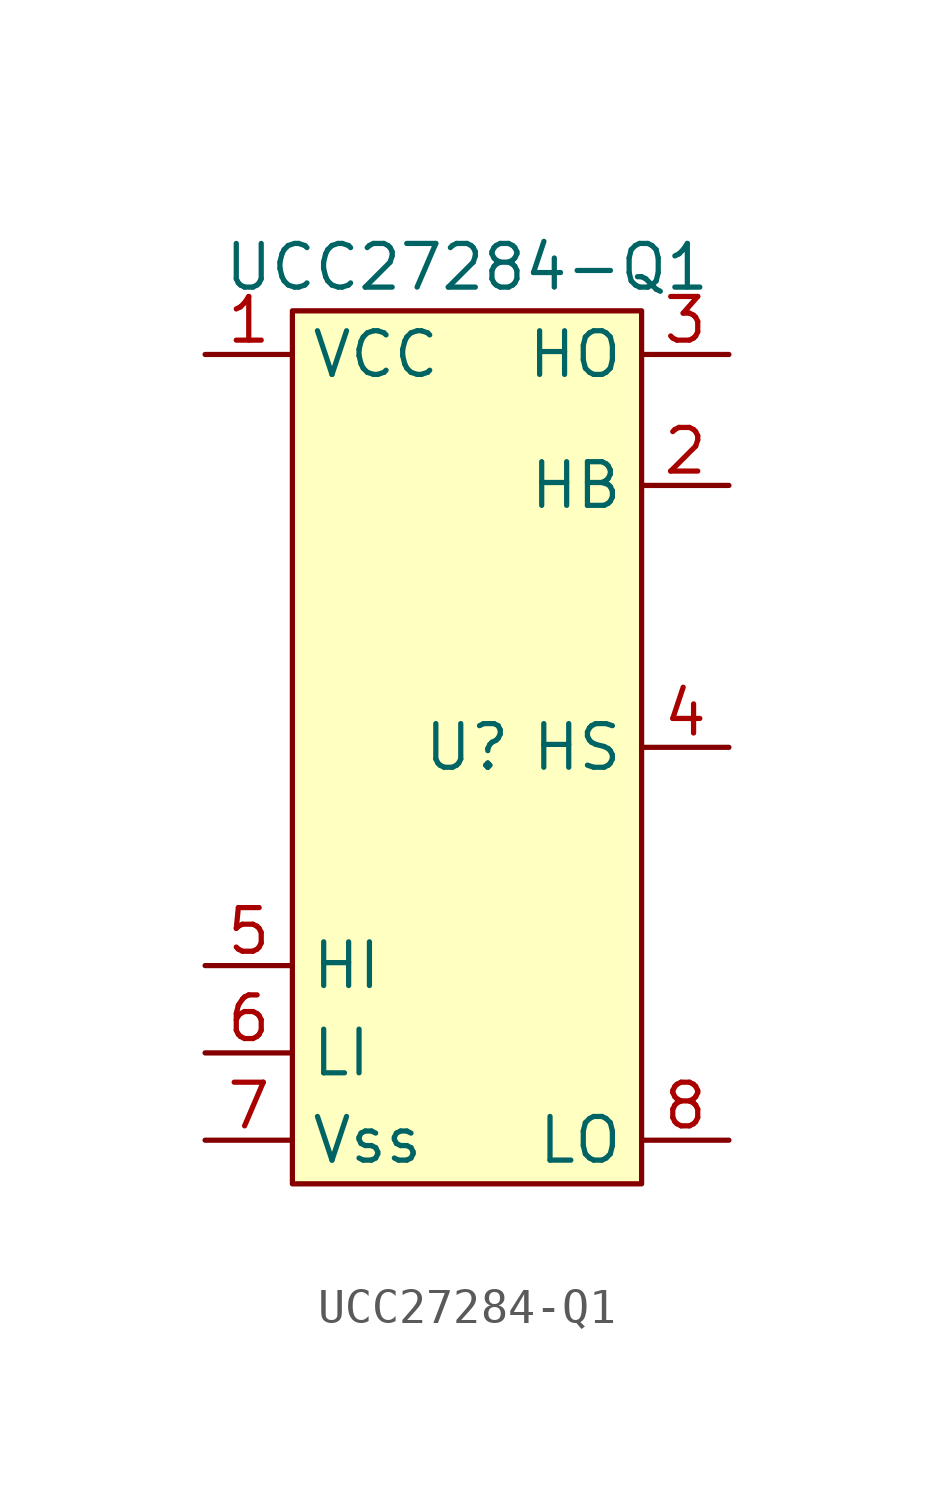
<source format=kicad_sym>
(kicad_symbol_lib
  (version 20231120)
  (generator "kicad_symbol_editor")
  (generator_version "8.0")
  (symbol "UCC27284-Q1"
    (property "Reference" "U"
      (at 0 0 0)
      (effects (font (size 1.27 1.27))))
    (property "Value" "UCC27284-Q1"
      (at 0 13.97 0)
      (effects (font (size 1.27 1.27))))
    (symbol "UCC27284-Q1_0_1"
      (rectangle (start -5.08 12.7) (end 5.08 -12.7) (stroke (width 0) (type default)) (fill (type background))))
    (symbol "UCC27284-Q1_1_1"
      (pin passive line (at -7.62 11.43 0) (length 2.54) (name "VCC" (effects (font (size 1.27 1.27)))) (number "1" (effects (font (size 1.27 1.27)))))
      (pin output line (at 7.62 7.62 180) (length 2.54) (name "HB" (effects (font (size 1.27 1.27)))) (number "2" (effects (font (size 1.27 1.27)))))
      (pin passive line (at 7.62 11.43 180) (length 2.54) (name "HO" (effects (font (size 1.27 1.27)))) (number "3" (effects (font (size 1.27 1.27)))))
      (pin passive line (at 7.62 0 180) (length 2.54) (name "HS" (effects (font (size 1.27 1.27)))) (number "4" (effects (font (size 1.27 1.27)))))
      (pin input line (at -7.62 -6.35 0) (length 2.54) (name "HI" (effects (font (size 1.27 1.27)))) (number "5" (effects (font (size 1.27 1.27)))))
      (pin input line (at -7.62 -8.89 0) (length 2.54) (name "LI" (effects (font (size 1.27 1.27)))) (number "6" (effects (font (size 1.27 1.27)))))
      (pin passive line (at -7.62 -11.43 0) (length 2.54) (name "Vss" (effects (font (size 1.27 1.27)))) (number "7" (effects (font (size 1.27 1.27)))))
      (pin output line (at 7.62 -11.43 180) (length 2.54) (name "LO" (effects (font (size 1.27 1.27)))) (number "8" (effects (font (size 1.27 1.27))))))))
</source>
